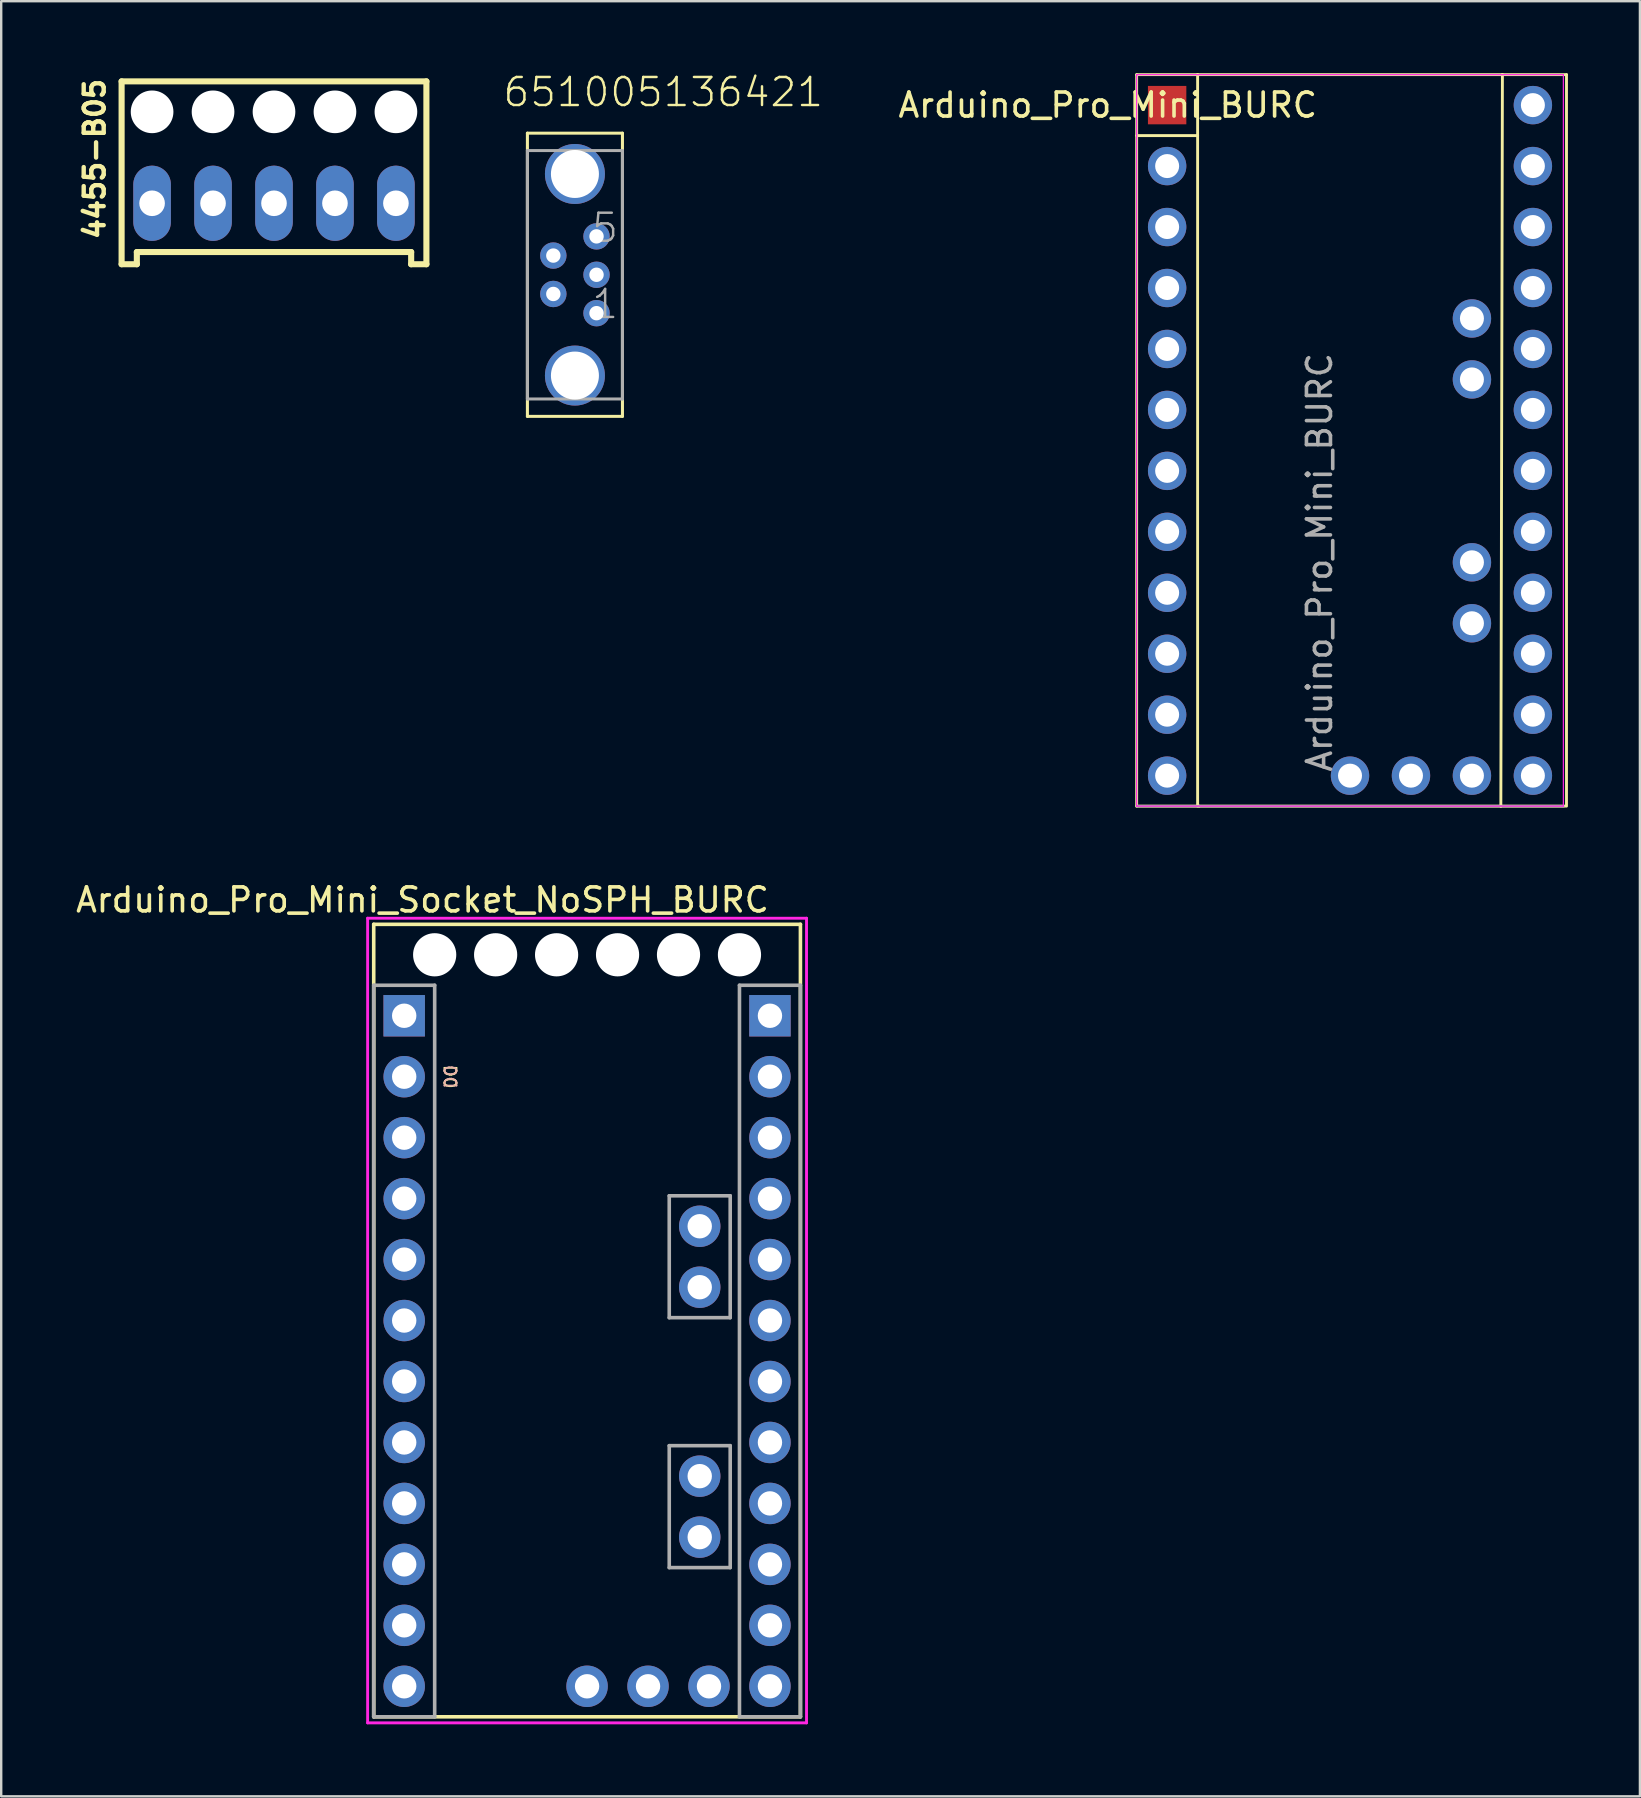
<source format=kicad_pcb>
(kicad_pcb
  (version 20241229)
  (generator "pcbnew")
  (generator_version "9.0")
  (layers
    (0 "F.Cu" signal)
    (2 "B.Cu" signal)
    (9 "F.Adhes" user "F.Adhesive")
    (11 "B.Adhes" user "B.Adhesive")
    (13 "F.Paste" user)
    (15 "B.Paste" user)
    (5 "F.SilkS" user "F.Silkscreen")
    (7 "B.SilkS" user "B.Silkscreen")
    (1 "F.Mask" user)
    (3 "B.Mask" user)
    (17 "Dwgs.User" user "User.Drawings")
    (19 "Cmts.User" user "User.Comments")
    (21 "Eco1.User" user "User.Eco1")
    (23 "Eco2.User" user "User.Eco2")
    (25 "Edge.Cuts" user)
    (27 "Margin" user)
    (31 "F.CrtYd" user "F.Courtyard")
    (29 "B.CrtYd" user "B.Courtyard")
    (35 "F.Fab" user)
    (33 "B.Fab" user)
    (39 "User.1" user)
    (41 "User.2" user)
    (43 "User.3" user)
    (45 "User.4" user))
  (footprint "651005136421"
    (layer "F.Cu")
    (at 20.906 8.399)
    (property "Reference" "651005136421" (at -3.062 -6.926 0) (layer "F.SilkS") (effects (font (size 1.168 1.168) (thickness 0.102)) (justify left bottom)))
    (fp_line (start -1.98 -5.9) (end 1.98 -5.9) (stroke (width 0.127) (type solid)) (layer "F.SilkS"))
    (fp_line (start -1.98 5.9) (end -1.98 -5.9) (stroke (width 0.127) (type solid)) (layer "F.SilkS"))
    (fp_line (start 1.98 -5.9) (end 1.98 5.9) (stroke (width 0.127) (type solid)) (layer "F.SilkS"))
    (fp_line (start 1.98 5.9) (end -1.98 5.9) (stroke (width 0.127) (type solid)) (layer "F.SilkS"))
    (fp_line (start -1.98 -5.175) (end 1.98 -5.175) (stroke (width 0.127) (type solid)) (layer "F.Fab"))
    (fp_line (start -1.98 5.175) (end -1.98 -5.175) (stroke (width 0.127) (type solid)) (layer "F.Fab"))
    (fp_line (start 1.98 -5.175) (end 1.98 5.175) (stroke (width 0.127) (type solid)) (layer "F.Fab"))
    (fp_line (start 1.98 5.175) (end -1.98 5.175) (stroke (width 0.127) (type solid)) (layer "F.Fab"))
    (fp_text user "1" (at 0.635 1.905 0) (layer "F.Fab") (effects (font (size 1.168 1.168) (thickness 0.102)) (justify left bottom)))
    (fp_text user "5" (at 0.635 -1.27 0) (layer "F.Fab") (effects (font (size 1.168 1.168) (thickness 0.102)) (justify left bottom)))
    (pad "1" thru_hole circle (at 0.9 1.6) (size 1.1 1.1) (drill 0.6) (layers "*.Cu" "*.Mask"))
    (pad "2" thru_hole circle (at -0.9 0.8) (size 1.1 1.1) (drill 0.6) (layers "*.Cu" "*.Mask"))
    (pad "3" thru_hole circle (at 0.9 0) (size 1.1 1.1) (drill 0.6) (layers "*.Cu" "*.Mask"))
    (pad "4" thru_hole circle (at -0.9 -0.8) (size 1.1 1.1) (drill 0.6) (layers "*.Cu" "*.Mask"))
    (pad "5" thru_hole circle (at 0.9 -1.6) (size 1.1 1.1) (drill 0.6) (layers "*.Cu" "*.Mask"))
    (pad "Z1" thru_hole circle (at 0 -4.2) (size 2.5 2.5) (drill 2) (layers "*.Cu" "*.Mask"))
    (pad "Z2" thru_hole circle (at 0 4.2) (size 2.5 2.5) (drill 2) (layers "*.Cu" "*.Mask")))
  (footprint "Arduino_Pro_Mini_BURC"
    (layer "F.Cu")
    (at 45.582 1.33)
    (property "Reference" "Arduino_Pro_Mini_BURC" (at -2.475 0 0) (layer "F.SilkS") (effects (font (size 1 1) (thickness 0.15))))
    (attr through_hole)
    (fp_line (start -1.27 -1.27) (end -1.27 29.21) (stroke (width 0.12) (type solid)) (layer "F.SilkS"))
    (fp_line (start -1.27 -1.27) (end 1.27 -1.27) (stroke (width 0.12) (type solid)) (layer "F.SilkS"))
    (fp_line (start 1.27 -1.27) (end 13.97 -1.27) (stroke (width 0.12) (type solid)) (layer "F.SilkS"))
    (fp_line (start 1.27 1.27) (end -1.27 1.27) (stroke (width 0.12) (type solid)) (layer "F.SilkS"))
    (fp_line (start 1.27 1.27) (end 1.27 -1.27) (stroke (width 0.12) (type solid)) (layer "F.SilkS"))
    (fp_line (start 1.27 1.27) (end 1.27 29.21) (stroke (width 0.12) (type solid)) (layer "F.SilkS"))
    (fp_line (start 1.335 29.21) (end -1.27 29.21) (stroke (width 0.12) (type solid)) (layer "F.SilkS"))
    (fp_line (start 1.335 29.21) (end 13.905 29.21) (stroke (width 0.12) (type solid)) (layer "F.SilkS"))
    (fp_line (start 13.905 29.21) (end 16.575 29.21) (stroke (width 0.12) (type solid)) (layer "F.SilkS"))
    (fp_line (start 13.97 -1.27) (end 13.905 29.21) (stroke (width 0.12) (type solid)) (layer "F.SilkS"))
    (fp_line (start 13.97 -1.27) (end 16.64 -1.27) (stroke (width 0.12) (type solid)) (layer "F.SilkS"))
    (fp_line (start 16.64 29.21) (end 16.64 -1.27) (stroke (width 0.12) (type solid)) (layer "F.SilkS"))
    (fp_line (start -1.27 -1.27) (end -1.27 29.21) (stroke (width 0.05) (type solid)) (layer "F.CrtYd"))
    (fp_line (start 16.51 -1.27) (end -1.27 -1.27) (stroke (width 0.05) (type solid)) (layer "F.CrtYd"))
    (fp_line (start 16.51 29.21) (end -1.27 29.21) (stroke (width 0.05) (type solid)) (layer "F.CrtYd"))
    (fp_line (start 16.51 29.21) (end 16.51 -1.27) (stroke (width 0.05) (type solid)) (layer "F.CrtYd"))
    (fp_line (start 16.51 29.21) (end -1.27 29.21) (stroke (width 0.1) (type solid)) (layer "F.Fab"))
    (fp_text user "${REFERENCE}" (at 6.35 19.05 270) (layer "F.Fab") (effects (font (size 1 1) (thickness 0.15))))
    (pad "1" smd rect (at 0 0) (size 1.6 1.6) (layers "F.Cu" "F.Mask" "F.Paste"))
    (pad "2" thru_hole oval (at 0 2.54) (size 1.6 1.6) (drill 1) (layers "*.Cu" "*.Mask"))
    (pad "3" thru_hole oval (at 0 5.08) (size 1.6 1.6) (drill 1) (layers "*.Cu" "*.Mask"))
    (pad "4" thru_hole oval (at 0 7.62) (size 1.6 1.6) (drill 1) (layers "*.Cu" "*.Mask"))
    (pad "5" thru_hole oval (at 0 10.16) (size 1.6 1.6) (drill 1) (layers "*.Cu" "*.Mask"))
    (pad "6" thru_hole oval (at 0 12.7) (size 1.6 1.6) (drill 1) (layers "*.Cu" "*.Mask"))
    (pad "7" thru_hole oval (at 0 15.24) (size 1.6 1.6) (drill 1) (layers "*.Cu" "*.Mask"))
    (pad "8" thru_hole oval (at 0 17.78) (size 1.6 1.6) (drill 1) (layers "*.Cu" "*.Mask"))
    (pad "9" thru_hole oval (at 0 20.32) (size 1.6 1.6) (drill 1) (layers "*.Cu" "*.Mask"))
    (pad "10" thru_hole oval (at 0 22.86) (size 1.6 1.6) (drill 1) (layers "*.Cu" "*.Mask"))
    (pad "11" thru_hole oval (at 0 25.4) (size 1.6 1.6) (drill 1) (layers "*.Cu" "*.Mask"))
    (pad "12" thru_hole oval (at 0 27.94) (size 1.6 1.6) (drill 1) (layers "*.Cu" "*.Mask"))
    (pad "13" thru_hole oval (at 15.24 27.94) (size 1.6 1.6) (drill 1) (layers "*.Cu" "*.Mask"))
    (pad "14" thru_hole oval (at 15.24 25.4) (size 1.6 1.6) (drill 1) (layers "*.Cu" "*.Mask"))
    (pad "15" thru_hole oval (at 15.24 22.86) (size 1.6 1.6) (drill 1) (layers "*.Cu" "*.Mask"))
    (pad "16" thru_hole oval (at 15.24 20.32) (size 1.6 1.6) (drill 1) (layers "*.Cu" "*.Mask"))
    (pad "17" thru_hole oval (at 15.24 17.78) (size 1.6 1.6) (drill 1) (layers "*.Cu" "*.Mask"))
    (pad "18" thru_hole oval (at 15.24 15.24) (size 1.6 1.6) (drill 1) (layers "*.Cu" "*.Mask"))
    (pad "19" thru_hole oval (at 15.24 12.7) (size 1.6 1.6) (drill 1) (layers "*.Cu" "*.Mask"))
    (pad "20" thru_hole oval (at 15.24 10.16) (size 1.6 1.6) (drill 1) (layers "*.Cu" "*.Mask"))
    (pad "21" thru_hole oval (at 15.24 7.62) (size 1.6 1.6) (drill 1) (layers "*.Cu" "*.Mask"))
    (pad "22" thru_hole oval (at 15.24 5.08) (size 1.6 1.6) (drill 1) (layers "*.Cu" "*.Mask"))
    (pad "23" thru_hole oval (at 15.24 2.54) (size 1.6 1.6) (drill 1) (layers "*.Cu" "*.Mask"))
    (pad "24" thru_hole oval (at 15.24 0) (size 1.6 1.6) (drill 1) (layers "*.Cu" "*.Mask"))
    (pad "25" thru_hole oval (at 12.7 8.89) (size 1.6 1.6) (drill 1) (layers "*.Cu" "*.Mask"))
    (pad "26" thru_hole oval (at 12.7 11.43) (size 1.6 1.6) (drill 1) (layers "*.Cu" "*.Mask"))
    (pad "27" thru_hole oval (at 12.7 19.05) (size 1.6 1.6) (drill 1) (layers "*.Cu" "*.Mask"))
    (pad "28" thru_hole oval (at 12.7 21.59) (size 1.6 1.6) (drill 1) (layers "*.Cu" "*.Mask"))
    (pad "29" thru_hole oval (at 12.7 27.94) (size 1.6 1.6) (drill 1) (layers "*.Cu" "*.Mask"))
    (pad "30" thru_hole oval (at 10.16 27.94) (size 1.6 1.6) (drill 1) (layers "*.Cu" "*.Mask"))
    (pad "31" thru_hole oval (at 7.62 27.94) (size 1.6 1.6) (drill 1) (layers "*.Cu" "*.Mask")))
  (footprint "Arduino_Pro_Mini_Socket_NoSPH_BURC"
    (layer "F.Cu")
    (at 21.412 51.974)
    (property "Reference" "Arduino_Pro_Mini_Socket_NoSPH_BURC" (at -6.858 -17.526 180) (layer "F.SilkS") (effects (font (size 1 1) (thickness 0.15))))
    (attr through_hole)
    (fp_line (start -8.89 -16.51) (end -8.89 16.51) (stroke (width 0.15) (type solid)) (layer "F.SilkS"))
    (fp_line (start 8.89 -16.51) (end -8.89 -16.51) (stroke (width 0.15) (type solid)) (layer "F.SilkS"))
    (fp_line (start 8.89 -16.51) (end 8.89 16.51) (stroke (width 0.15) (type solid)) (layer "F.SilkS"))
    (fp_line (start 8.89 16.51) (end -8.89 16.51) (stroke (width 0.15) (type solid)) (layer "F.SilkS"))
    (fp_line (start -9.144 -16.764) (end 9.144 -16.764) (stroke (width 0.12) (type solid)) (layer "F.CrtYd"))
    (fp_line (start -9.144 16.764) (end -9.144 -16.764) (stroke (width 0.12) (type solid)) (layer "F.CrtYd"))
    (fp_line (start 9.144 -16.764) (end 9.144 16.764) (stroke (width 0.12) (type solid)) (layer "F.CrtYd"))
    (fp_line (start 9.144 16.764) (end -9.144 16.764) (stroke (width 0.12) (type solid)) (layer "F.CrtYd"))
    (fp_line (start -8.89 -13.97) (end -8.89 16.51) (stroke (width 0.15) (type solid)) (layer "F.Fab"))
    (fp_line (start -8.89 -13.97) (end -6.35 -13.97) (stroke (width 0.15) (type solid)) (layer "F.Fab"))
    (fp_line (start -8.89 16.51) (end -6.35 16.51) (stroke (width 0.15) (type solid)) (layer "F.Fab"))
    (fp_line (start -6.35 -13.97) (end -6.35 16.51) (stroke (width 0.15) (type solid)) (layer "F.Fab"))
    (fp_line (start 3.424 -5.199) (end 3.424 -0.119) (stroke (width 0.15) (type solid)) (layer "F.Fab"))
    (fp_line (start 3.424 -0.119) (end 5.964 -0.119) (stroke (width 0.15) (type solid)) (layer "F.Fab"))
    (fp_line (start 3.424 5.214) (end 3.424 10.295) (stroke (width 0.15) (type solid)) (layer "F.Fab"))
    (fp_line (start 5.964 -5.199) (end 3.424 -5.199) (stroke (width 0.15) (type solid)) (layer "F.Fab"))
    (fp_line (start 5.964 -5.199) (end 5.964 -0.119) (stroke (width 0.15) (type solid)) (layer "F.Fab"))
    (fp_line (start 5.964 5.214) (end 3.424 5.214) (stroke (width 0.15) (type solid)) (layer "F.Fab"))
    (fp_line (start 5.964 5.214) (end 5.964 10.295) (stroke (width 0.15) (type solid)) (layer "F.Fab"))
    (fp_line (start 5.964 10.295) (end 3.424 10.295) (stroke (width 0.15) (type solid)) (layer "F.Fab"))
    (fp_line (start 6.35 -13.97) (end 6.35 16.51) (stroke (width 0.15) (type solid)) (layer "F.Fab"))
    (fp_line (start 6.35 -13.97) (end 8.89 -13.97) (stroke (width 0.15) (type solid)) (layer "F.Fab"))
    (fp_line (start 6.35 16.51) (end 8.89 16.51) (stroke (width 0.15) (type solid)) (layer "F.Fab"))
    (fp_line (start 8.89 -13.97) (end 8.89 16.51) (stroke (width 0.15) (type solid)) (layer "F.Fab"))
    (fp_text user "D0" (at -5.715 -10.16 270) (unlocked yes) (layer "F.SilkS") (effects (font (size 0.5 0.5) (thickness 0.075))))
    (fp_text user "D0" (at -5.715 -10.16 270) (unlocked yes) (layer "B.SilkS") (effects (font (size 0.5 0.5) (thickness 0.075)) (justify mirror)))
    (pad "" np_thru_hole circle (at -6.35 -15.24) (size 1.8 1.8) (drill 1.8) (layers "*.Cu" "*.Mask"))
    (pad "" np_thru_hole circle (at -3.81 -15.24) (size 1.8 1.8) (drill 1.8) (layers "*.Cu" "*.Mask"))
    (pad "" np_thru_hole circle (at -1.27 -15.24) (size 1.8 1.8) (drill 1.8) (layers "*.Cu" "*.Mask"))
    (pad "" np_thru_hole circle (at 1.27 -15.24) (size 1.8 1.8) (drill 1.8) (layers "*.Cu" "*.Mask"))
    (pad "" np_thru_hole circle (at 3.81 -15.24) (size 1.8 1.8) (drill 1.8) (layers "*.Cu" "*.Mask"))
    (pad "" np_thru_hole circle (at 6.35 -15.24) (size 1.8 1.8) (drill 1.8) (layers "*.Cu" "*.Mask"))
    (pad "A0" thru_hole circle (at 7.62 5.08) (size 1.727 1.727) (drill 1.016) (layers "*.Cu" "*.Mask"))
    (pad "A1" thru_hole circle (at 7.62 2.54) (size 1.727 1.727) (drill 1.016) (layers "*.Cu" "*.Mask"))
    (pad "A2" thru_hole circle (at 7.62 0) (size 1.727 1.727) (drill 1.016) (layers "*.Cu" "*.Mask"))
    (pad "A3" thru_hole circle (at 7.62 -2.54) (size 1.727 1.727) (drill 1.016) (layers "*.Cu" "*.Mask"))
    (pad "A4" thru_hole circle (at 4.694 -1.389) (size 1.727 1.727) (drill 1.016) (layers "*.Cu" "*.Mask"))
    (pad "A5" thru_hole circle (at 4.694 -3.929) (size 1.727 1.727) (drill 1.016) (layers "*.Cu" "*.Mask"))
    (pad "A6" thru_hole circle (at 2.54 15.24) (size 1.727 1.727) (drill 1.016) (layers "*.Cu" "*.Mask"))
    (pad "A6" thru_hole circle (at 4.694 9.025) (size 1.727 1.727) (drill 1.016) (layers "*.Cu" "*.Mask"))
    (pad "A7" thru_hole circle (at 4.694 6.484) (size 1.727 1.727) (drill 1.016) (layers "*.Cu" "*.Mask"))
    (pad "A7" thru_hole circle (at 5.08 15.24) (size 1.727 1.727) (drill 1.016) (layers "*.Cu" "*.Mask"))
    (pad "D0" thru_hole circle (at -7.62 -10.16) (size 1.727 1.727) (drill 1.016) (layers "*.Cu" "*.Mask"))
    (pad "D1" thru_hole rect (at -7.62 -12.7) (size 1.727 1.727) (drill 1.016) (layers "*.Cu" "*.Mask"))
    (pad "D2" thru_hole circle (at -7.62 -2.54) (size 1.727 1.727) (drill 1.016) (layers "*.Cu" "*.Mask"))
    (pad "D3" thru_hole circle (at -7.62 0) (size 1.727 1.727) (drill 1.016) (layers "*.Cu" "*.Mask"))
    (pad "D4" thru_hole circle (at -7.62 2.54) (size 1.727 1.727) (drill 1.016) (layers "*.Cu" "*.Mask"))
    (pad "D5" thru_hole circle (at -7.62 5.08) (size 1.727 1.727) (drill 1.016) (layers "*.Cu" "*.Mask"))
    (pad "D6" thru_hole circle (at -7.62 7.62) (size 1.727 1.727) (drill 1.016) (layers "*.Cu" "*.Mask"))
    (pad "D7" thru_hole circle (at -7.62 10.16) (size 1.727 1.727) (drill 1.016) (layers "*.Cu" "*.Mask"))
    (pad "D8" thru_hole circle (at -7.62 12.7) (size 1.727 1.727) (drill 1.016) (layers "*.Cu" "*.Mask"))
    (pad "D9" thru_hole circle (at -7.62 15.24) (size 1.727 1.727) (drill 1.016) (layers "*.Cu" "*.Mask"))
    (pad "D10" thru_hole circle (at 7.62 15.24) (size 1.727 1.727) (drill 1.016) (layers "*.Cu" "*.Mask"))
    (pad "D11" thru_hole circle (at 7.62 12.7) (size 1.727 1.727) (drill 1.016) (layers "*.Cu" "*.Mask"))
    (pad "D12" thru_hole circle (at 7.62 10.16) (size 1.727 1.727) (drill 1.016) (layers "*.Cu" "*.Mask"))
    (pad "D13" thru_hole circle (at 7.62 7.62) (size 1.727 1.727) (drill 1.016) (layers "*.Cu" "*.Mask"))
    (pad "GND1" thru_hole circle (at -7.62 -5.08) (size 1.727 1.727) (drill 1.016) (layers "*.Cu" "*.Mask"))
    (pad "GND2" thru_hole circle (at 0 15.24) (size 1.727 1.727) (drill 1.016) (layers "*.Cu" "*.Mask"))
    (pad "GND2" thru_hole circle (at 7.62 -10.16) (size 1.727 1.727) (drill 1.016) (layers "*.Cu" "*.Mask"))
    (pad "RAW" thru_hole rect (at 7.62 -12.7) (size 1.727 1.727) (drill 1.016) (layers "*.Cu" "*.Mask"))
    (pad "RST1" thru_hole circle (at -7.62 -7.62) (size 1.727 1.727) (drill 1.016) (layers "*.Cu" "*.Mask"))
    (pad "RST2" thru_hole circle (at 7.62 -7.62) (size 1.727 1.727) (drill 1.016) (layers "*.Cu" "*.Mask"))
    (pad "Vcc1" thru_hole circle (at 7.62 -5.08) (size 1.727 1.727) (drill 1.016) (layers "*.Cu" "*.Mask")))
  (footprint "4455-B05"
    (layer "F.Cu")
    (at 8.367 5.42)
    (property "Reference" "4455-B05" (at -6.985 1.587 90) (layer "F.SilkS") (effects (font (size 0.833 0.833) (thickness 0.183)) (justify left bottom)))
    (fp_line (start -6.35 -5.08) (end -6.35 2.54) (stroke (width 0.254) (type solid)) (layer "F.SilkS"))
    (fp_line (start -6.35 2.54) (end -5.715 2.54) (stroke (width 0.254) (type solid)) (layer "F.SilkS"))
    (fp_line (start -5.715 2.032) (end 5.715 2.032) (stroke (width 0.254) (type solid)) (layer "F.SilkS"))
    (fp_line (start -5.715 2.54) (end -5.715 2.032) (stroke (width 0.254) (type solid)) (layer "F.SilkS"))
    (fp_line (start 5.715 2.032) (end 5.715 2.54) (stroke (width 0.254) (type solid)) (layer "F.SilkS"))
    (fp_line (start 5.715 2.54) (end 6.35 2.54) (stroke (width 0.254) (type solid)) (layer "F.SilkS"))
    (fp_line (start 6.35 -5.08) (end -6.35 -5.08) (stroke (width 0.254) (type solid)) (layer "F.SilkS"))
    (fp_line (start 6.35 2.54) (end 6.35 -5.08) (stroke (width 0.254) (type solid)) (layer "F.SilkS"))
    (pad "" np_thru_hole circle (at -5.08 -3.81) (size 1.778 1.778) (drill 1.778) (layers "*.Cu" "*.Mask"))
    (pad "" np_thru_hole circle (at -2.54 -3.81) (size 1.778 1.778) (drill 1.778) (layers "*.Cu" "*.Mask"))
    (pad "" np_thru_hole circle (at 0 -3.81) (size 1.778 1.778) (drill 1.778) (layers "*.Cu" "*.Mask"))
    (pad "" np_thru_hole circle (at 2.54 -3.81) (size 1.778 1.778) (drill 1.778) (layers "*.Cu" "*.Mask"))
    (pad "" np_thru_hole circle (at 5.08 -3.81) (size 1.778 1.778) (drill 1.778) (layers "*.Cu" "*.Mask"))
    (pad "1" thru_hole oval (at -5.08 0 90) (size 3.134 1.567) (drill 1.067) (layers "*.Cu" "*.Mask"))
    (pad "2" thru_hole oval (at -2.54 0 90) (size 3.134 1.567) (drill 1.067) (layers "*.Cu" "*.Mask"))
    (pad "3" thru_hole oval (at 0 0 90) (size 3.134 1.567) (drill 1.067) (layers "*.Cu" "*.Mask"))
    (pad "4" thru_hole oval (at 2.54 0 90) (size 3.134 1.567) (drill 1.067) (layers "*.Cu" "*.Mask"))
    (pad "5" thru_hole oval (at 5.08 0 90) (size 3.134 1.567) (drill 1.067) (layers "*.Cu" "*.Mask")))
  (gr_rect
    (start -3 -3)
    (end 65.282 71.798)
    (stroke (width 0.1) (type default))
    (fill no)
    (layer "Edge.Cuts")))
</source>
